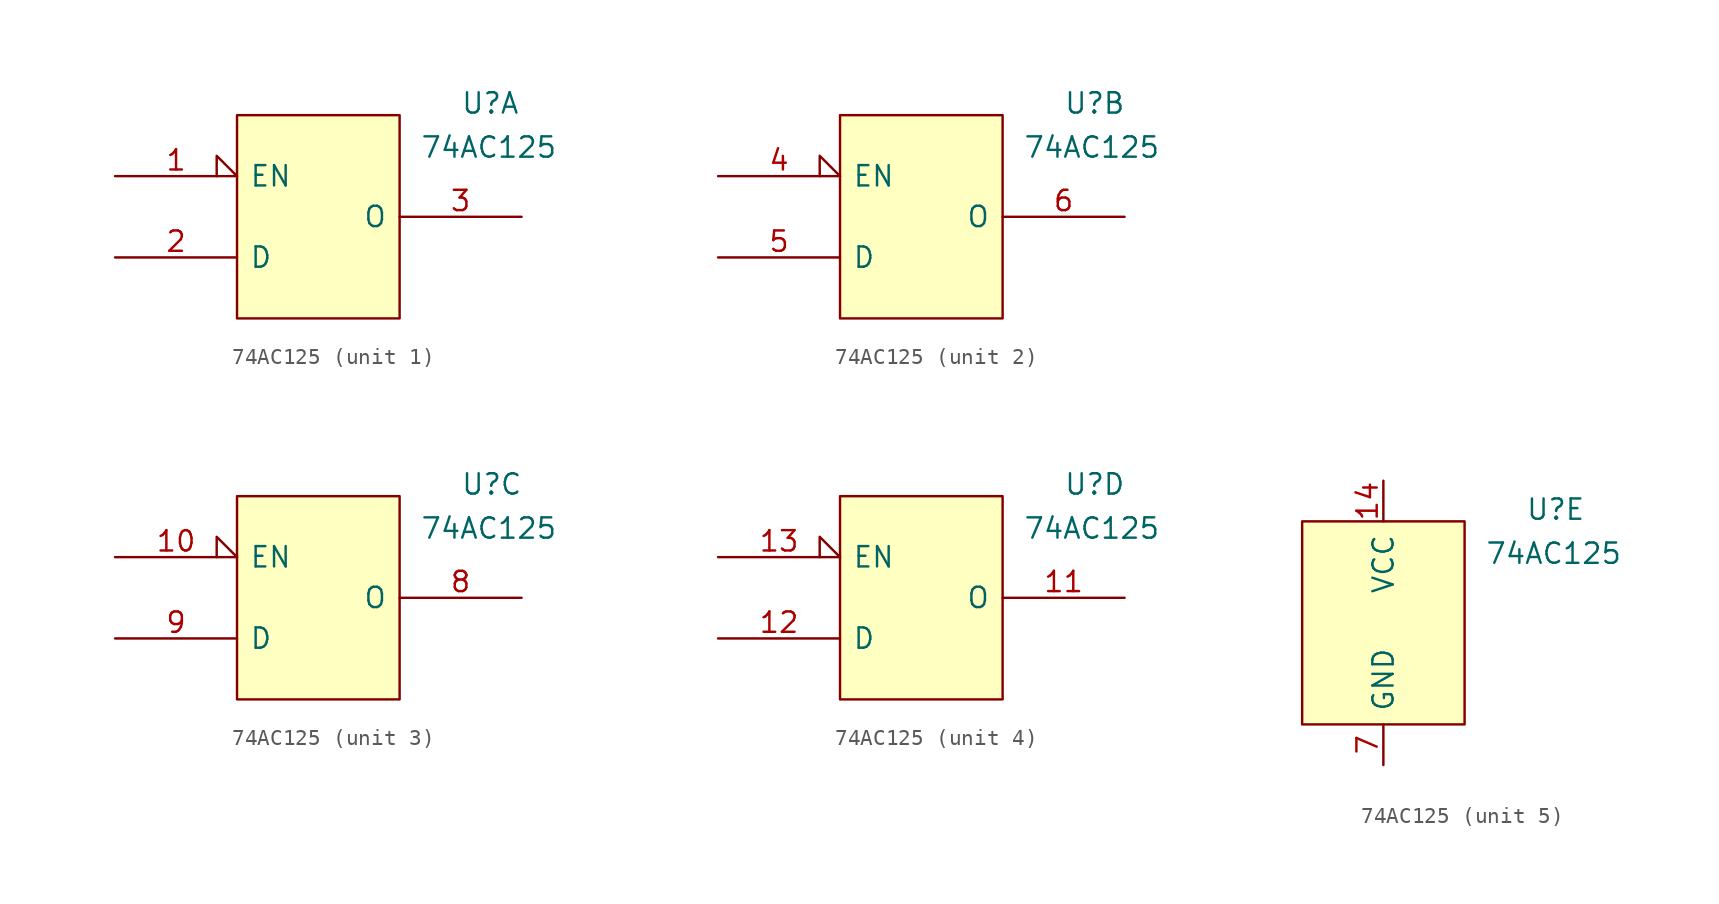
<source format=kicad_sym>
(kicad_symbol_lib
  (version 20211014)
  (generator kicad_symbol_editor)
  (symbol "74AC125"
    (pin_names
      (offset 0.762))
    (property "Reference" "U"
      (at 8.89 6.35 0)
      (effects (font (size 1.27 1.27)) (justify left bottom)))
    (property "Value" "74AC125"
      (at 6.35 5.08 0)
      (effects (font (size 1.27 1.27)) (justify left top)))
    (symbol "74AC125_0_1"
      (rectangle (start -5.08 6.35) (end 5.08 -6.35) (stroke (width 0) (type default) (color 0 0 0 0)) (fill (type background))))
    (symbol "74AC125_1_0"
      (pin input input_low (at -12.7 2.54 0) (length 7.62) (name "EN" (effects (font (size 1.27 1.27)))) (number "1" (effects (font (size 1.27 1.27))))))
    (symbol "74AC125_1_1"
      (pin input line (at -12.7 -2.54 0) (length 7.62) (name "D" (effects (font (size 1.27 1.27)))) (number "2" (effects (font (size 1.27 1.27)))))
      (pin tri_state line (at 12.7 0 180) (length 7.62) (name "O" (effects (font (size 1.27 1.27)))) (number "3" (effects (font (size 1.27 1.27))))))
    (symbol "74AC125_2_0"
      (pin input input_low (at -12.7 2.54 0) (length 7.62) (name "EN" (effects (font (size 1.27 1.27)))) (number "4" (effects (font (size 1.27 1.27))))))
    (symbol "74AC125_2_1"
      (pin input line (at -12.7 -2.54 0) (length 7.62) (name "D" (effects (font (size 1.27 1.27)))) (number "5" (effects (font (size 1.27 1.27)))))
      (pin tri_state line (at 12.7 0 180) (length 7.62) (name "O" (effects (font (size 1.27 1.27)))) (number "6" (effects (font (size 1.27 1.27))))))
    (symbol "74AC125_3_0"
      (pin input input_low (at -12.7 2.54 0) (length 7.62) (name "EN" (effects (font (size 1.27 1.27)))) (number "10" (effects (font (size 1.27 1.27))))))
    (symbol "74AC125_3_1"
      (pin tri_state line (at 12.7 0 180) (length 7.62) (name "O" (effects (font (size 1.27 1.27)))) (number "8" (effects (font (size 1.27 1.27)))))
      (pin input line (at -12.7 -2.54 0) (length 7.62) (name "D" (effects (font (size 1.27 1.27)))) (number "9" (effects (font (size 1.27 1.27))))))
    (symbol "74AC125_4_0"
      (pin input input_low (at -12.7 2.54 0) (length 7.62) (name "EN" (effects (font (size 1.27 1.27)))) (number "13" (effects (font (size 1.27 1.27))))))
    (symbol "74AC125_4_1"
      (pin tri_state line (at 12.7 0 180) (length 7.62) (name "O" (effects (font (size 1.27 1.27)))) (number "11" (effects (font (size 1.27 1.27)))))
      (pin input line (at -12.7 -2.54 0) (length 7.62) (name "D" (effects (font (size 1.27 1.27)))) (number "12" (effects (font (size 1.27 1.27))))))
    (symbol "74AC125_5_1"
      (pin passive line (at 0 8.89 270) (length 2.54) (name "VCC" (effects (font (size 1.27 1.27)))) (number "14" (effects (font (size 1.27 1.27)))))
      (pin passive line (at 0 -8.89 90) (length 2.54) (name "GND" (effects (font (size 1.27 1.27)))) (number "7" (effects (font (size 1.27 1.27))))))))
</source>
